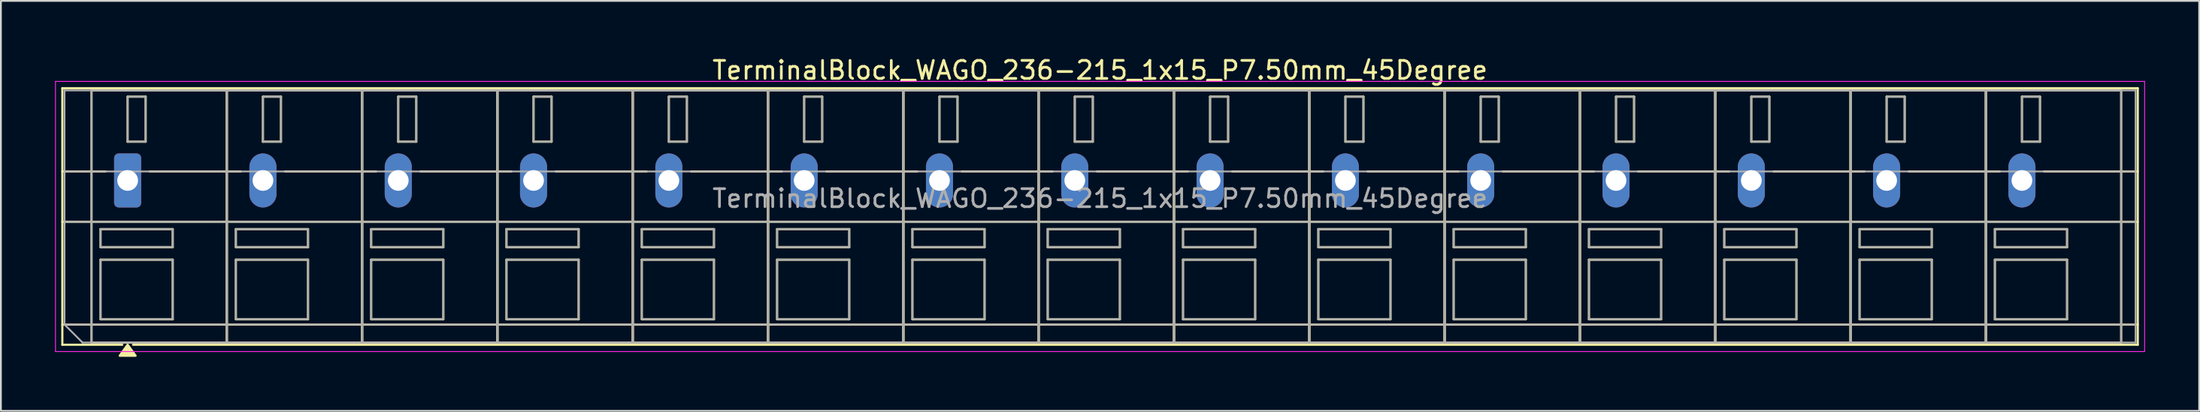
<source format=kicad_pcb>
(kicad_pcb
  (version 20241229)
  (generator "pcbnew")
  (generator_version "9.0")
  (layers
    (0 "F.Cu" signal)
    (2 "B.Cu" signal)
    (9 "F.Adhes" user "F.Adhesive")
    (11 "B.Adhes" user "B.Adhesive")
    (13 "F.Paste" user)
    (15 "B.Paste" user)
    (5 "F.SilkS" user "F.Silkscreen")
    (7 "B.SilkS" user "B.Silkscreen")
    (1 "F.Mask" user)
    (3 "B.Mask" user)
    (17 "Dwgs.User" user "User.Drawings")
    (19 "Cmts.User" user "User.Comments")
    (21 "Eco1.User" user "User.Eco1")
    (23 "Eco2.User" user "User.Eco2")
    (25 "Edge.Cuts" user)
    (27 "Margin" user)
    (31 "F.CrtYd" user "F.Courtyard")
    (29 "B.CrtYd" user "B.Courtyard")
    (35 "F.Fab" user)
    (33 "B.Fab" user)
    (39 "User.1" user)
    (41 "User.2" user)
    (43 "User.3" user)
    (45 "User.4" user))
  (footprint "TerminalBlock_WAGO_236-215_1x15_P7.50mm_45Degree"
    (layer "F.Cu")
    (at 4.025 6.968)
    (property "Reference" "TerminalBlock_WAGO_236-215_1x15_P7.50mm_45Degree" (at 53.9 -6.12 0) (layer "F.SilkS") (effects (font (size 1 1) (thickness 0.15))))
    (attr through_hole)
    (fp_line (start -3.62 -5.12) (end 111.42 -5.12) (stroke (width 0.12) (type solid)) (layer "F.SilkS"))
    (fp_line (start -3.62 -0.5) (end -1.23 -0.5) (stroke (width 0.12) (type solid)) (layer "F.SilkS"))
    (fp_line (start -3.62 2.3) (end 111.42 2.3) (stroke (width 0.12) (type solid)) (layer "F.SilkS"))
    (fp_line (start -3.62 8) (end 111.42 8) (stroke (width 0.12) (type solid)) (layer "F.SilkS"))
    (fp_line (start -3.62 9.12) (end -3.62 -5.12) (stroke (width 0.12) (type solid)) (layer "F.SilkS"))
    (fp_line (start -2 -5) (end 5.5 -5) (stroke (width 0.12) (type solid)) (layer "F.SilkS"))
    (fp_line (start -2 9) (end -2 -5) (stroke (width 0.12) (type solid)) (layer "F.SilkS"))
    (fp_line (start -1.5 2.7) (end 2.5 2.7) (stroke (width 0.12) (type solid)) (layer "F.SilkS"))
    (fp_line (start -1.5 3.7) (end -1.5 2.7) (stroke (width 0.12) (type solid)) (layer "F.SilkS"))
    (fp_line (start -1.5 4.4) (end 2.5 4.4) (stroke (width 0.12) (type solid)) (layer "F.SilkS"))
    (fp_line (start -1.5 7.7) (end -1.5 4.4) (stroke (width 0.12) (type solid)) (layer "F.SilkS"))
    (fp_line (start -0.3 9.12) (end -3.62 9.12) (stroke (width 0.12) (type solid)) (layer "F.SilkS"))
    (fp_line (start 0 -4.65) (end 1 -4.65) (stroke (width 0.12) (type solid)) (layer "F.SilkS"))
    (fp_line (start 0 -2.15) (end 0 -4.65) (stroke (width 0.12) (type solid)) (layer "F.SilkS"))
    (fp_line (start 1 -4.65) (end 1 -2.15) (stroke (width 0.12) (type solid)) (layer "F.SilkS"))
    (fp_line (start 1 -2.15) (end 0 -2.15) (stroke (width 0.12) (type solid)) (layer "F.SilkS"))
    (fp_line (start 1.23 -0.5) (end 6.27 -0.5) (stroke (width 0.12) (type solid)) (layer "F.SilkS"))
    (fp_line (start 2.5 2.7) (end 2.5 3.7) (stroke (width 0.12) (type solid)) (layer "F.SilkS"))
    (fp_line (start 2.5 3.7) (end -1.5 3.7) (stroke (width 0.12) (type solid)) (layer "F.SilkS"))
    (fp_line (start 2.5 4.4) (end 2.5 7.7) (stroke (width 0.12) (type solid)) (layer "F.SilkS"))
    (fp_line (start 2.5 7.7) (end -1.5 7.7) (stroke (width 0.12) (type solid)) (layer "F.SilkS"))
    (fp_line (start 5.5 -5) (end 5.5 9) (stroke (width 0.12) (type solid)) (layer "F.SilkS"))
    (fp_line (start 5.5 -5) (end 13 -5) (stroke (width 0.12) (type solid)) (layer "F.SilkS"))
    (fp_line (start 5.5 9) (end -2 9) (stroke (width 0.12) (type solid)) (layer "F.SilkS"))
    (fp_line (start 5.5 9) (end 5.5 -5) (stroke (width 0.12) (type solid)) (layer "F.SilkS"))
    (fp_line (start 6 2.7) (end 10 2.7) (stroke (width 0.12) (type solid)) (layer "F.SilkS"))
    (fp_line (start 6 3.7) (end 6 2.7) (stroke (width 0.12) (type solid)) (layer "F.SilkS"))
    (fp_line (start 6 4.4) (end 10 4.4) (stroke (width 0.12) (type solid)) (layer "F.SilkS"))
    (fp_line (start 6 7.7) (end 6 4.4) (stroke (width 0.12) (type solid)) (layer "F.SilkS"))
    (fp_line (start 7.5 -4.65) (end 8.5 -4.65) (stroke (width 0.12) (type solid)) (layer "F.SilkS"))
    (fp_line (start 7.5 -2.15) (end 7.5 -4.65) (stroke (width 0.12) (type solid)) (layer "F.SilkS"))
    (fp_line (start 8.5 -4.65) (end 8.5 -2.15) (stroke (width 0.12) (type solid)) (layer "F.SilkS"))
    (fp_line (start 8.5 -2.15) (end 7.5 -2.15) (stroke (width 0.12) (type solid)) (layer "F.SilkS"))
    (fp_line (start 8.73 -0.5) (end 13.77 -0.5) (stroke (width 0.12) (type solid)) (layer "F.SilkS"))
    (fp_line (start 10 2.7) (end 10 3.7) (stroke (width 0.12) (type solid)) (layer "F.SilkS"))
    (fp_line (start 10 3.7) (end 6 3.7) (stroke (width 0.12) (type solid)) (layer "F.SilkS"))
    (fp_line (start 10 4.4) (end 10 7.7) (stroke (width 0.12) (type solid)) (layer "F.SilkS"))
    (fp_line (start 10 7.7) (end 6 7.7) (stroke (width 0.12) (type solid)) (layer "F.SilkS"))
    (fp_line (start 13 -5) (end 13 9) (stroke (width 0.12) (type solid)) (layer "F.SilkS"))
    (fp_line (start 13 -5) (end 20.5 -5) (stroke (width 0.12) (type solid)) (layer "F.SilkS"))
    (fp_line (start 13 9) (end 5.5 9) (stroke (width 0.12) (type solid)) (layer "F.SilkS"))
    (fp_line (start 13 9) (end 13 -5) (stroke (width 0.12) (type solid)) (layer "F.SilkS"))
    (fp_line (start 13.5 2.7) (end 17.5 2.7) (stroke (width 0.12) (type solid)) (layer "F.SilkS"))
    (fp_line (start 13.5 3.7) (end 13.5 2.7) (stroke (width 0.12) (type solid)) (layer "F.SilkS"))
    (fp_line (start 13.5 4.4) (end 17.5 4.4) (stroke (width 0.12) (type solid)) (layer "F.SilkS"))
    (fp_line (start 13.5 7.7) (end 13.5 4.4) (stroke (width 0.12) (type solid)) (layer "F.SilkS"))
    (fp_line (start 15 -4.65) (end 16 -4.65) (stroke (width 0.12) (type solid)) (layer "F.SilkS"))
    (fp_line (start 15 -2.15) (end 15 -4.65) (stroke (width 0.12) (type solid)) (layer "F.SilkS"))
    (fp_line (start 16 -4.65) (end 16 -2.15) (stroke (width 0.12) (type solid)) (layer "F.SilkS"))
    (fp_line (start 16 -2.15) (end 15 -2.15) (stroke (width 0.12) (type solid)) (layer "F.SilkS"))
    (fp_line (start 16.23 -0.5) (end 21.27 -0.5) (stroke (width 0.12) (type solid)) (layer "F.SilkS"))
    (fp_line (start 17.5 2.7) (end 17.5 3.7) (stroke (width 0.12) (type solid)) (layer "F.SilkS"))
    (fp_line (start 17.5 3.7) (end 13.5 3.7) (stroke (width 0.12) (type solid)) (layer "F.SilkS"))
    (fp_line (start 17.5 4.4) (end 17.5 7.7) (stroke (width 0.12) (type solid)) (layer "F.SilkS"))
    (fp_line (start 17.5 7.7) (end 13.5 7.7) (stroke (width 0.12) (type solid)) (layer "F.SilkS"))
    (fp_line (start 20.5 -5) (end 20.5 9) (stroke (width 0.12) (type solid)) (layer "F.SilkS"))
    (fp_line (start 20.5 -5) (end 28 -5) (stroke (width 0.12) (type solid)) (layer "F.SilkS"))
    (fp_line (start 20.5 9) (end 13 9) (stroke (width 0.12) (type solid)) (layer "F.SilkS"))
    (fp_line (start 20.5 9) (end 20.5 -5) (stroke (width 0.12) (type solid)) (layer "F.SilkS"))
    (fp_line (start 21 2.7) (end 25 2.7) (stroke (width 0.12) (type solid)) (layer "F.SilkS"))
    (fp_line (start 21 3.7) (end 21 2.7) (stroke (width 0.12) (type solid)) (layer "F.SilkS"))
    (fp_line (start 21 4.4) (end 25 4.4) (stroke (width 0.12) (type solid)) (layer "F.SilkS"))
    (fp_line (start 21 7.7) (end 21 4.4) (stroke (width 0.12) (type solid)) (layer "F.SilkS"))
    (fp_line (start 22.5 -4.65) (end 23.5 -4.65) (stroke (width 0.12) (type solid)) (layer "F.SilkS"))
    (fp_line (start 22.5 -2.15) (end 22.5 -4.65) (stroke (width 0.12) (type solid)) (layer "F.SilkS"))
    (fp_line (start 23.5 -4.65) (end 23.5 -2.15) (stroke (width 0.12) (type solid)) (layer "F.SilkS"))
    (fp_line (start 23.5 -2.15) (end 22.5 -2.15) (stroke (width 0.12) (type solid)) (layer "F.SilkS"))
    (fp_line (start 23.73 -0.5) (end 28.77 -0.5) (stroke (width 0.12) (type solid)) (layer "F.SilkS"))
    (fp_line (start 25 2.7) (end 25 3.7) (stroke (width 0.12) (type solid)) (layer "F.SilkS"))
    (fp_line (start 25 3.7) (end 21 3.7) (stroke (width 0.12) (type solid)) (layer "F.SilkS"))
    (fp_line (start 25 4.4) (end 25 7.7) (stroke (width 0.12) (type solid)) (layer "F.SilkS"))
    (fp_line (start 25 7.7) (end 21 7.7) (stroke (width 0.12) (type solid)) (layer "F.SilkS"))
    (fp_line (start 28 -5) (end 28 9) (stroke (width 0.12) (type solid)) (layer "F.SilkS"))
    (fp_line (start 28 -5) (end 35.5 -5) (stroke (width 0.12) (type solid)) (layer "F.SilkS"))
    (fp_line (start 28 9) (end 20.5 9) (stroke (width 0.12) (type solid)) (layer "F.SilkS"))
    (fp_line (start 28 9) (end 28 -5) (stroke (width 0.12) (type solid)) (layer "F.SilkS"))
    (fp_line (start 28.5 2.7) (end 32.5 2.7) (stroke (width 0.12) (type solid)) (layer "F.SilkS"))
    (fp_line (start 28.5 3.7) (end 28.5 2.7) (stroke (width 0.12) (type solid)) (layer "F.SilkS"))
    (fp_line (start 28.5 4.4) (end 32.5 4.4) (stroke (width 0.12) (type solid)) (layer "F.SilkS"))
    (fp_line (start 28.5 7.7) (end 28.5 4.4) (stroke (width 0.12) (type solid)) (layer "F.SilkS"))
    (fp_line (start 30 -4.65) (end 31 -4.65) (stroke (width 0.12) (type solid)) (layer "F.SilkS"))
    (fp_line (start 30 -2.15) (end 30 -4.65) (stroke (width 0.12) (type solid)) (layer "F.SilkS"))
    (fp_line (start 31 -4.65) (end 31 -2.15) (stroke (width 0.12) (type solid)) (layer "F.SilkS"))
    (fp_line (start 31 -2.15) (end 30 -2.15) (stroke (width 0.12) (type solid)) (layer "F.SilkS"))
    (fp_line (start 31.23 -0.5) (end 36.27 -0.5) (stroke (width 0.12) (type solid)) (layer "F.SilkS"))
    (fp_line (start 32.5 2.7) (end 32.5 3.7) (stroke (width 0.12) (type solid)) (layer "F.SilkS"))
    (fp_line (start 32.5 3.7) (end 28.5 3.7) (stroke (width 0.12) (type solid)) (layer "F.SilkS"))
    (fp_line (start 32.5 4.4) (end 32.5 7.7) (stroke (width 0.12) (type solid)) (layer "F.SilkS"))
    (fp_line (start 32.5 7.7) (end 28.5 7.7) (stroke (width 0.12) (type solid)) (layer "F.SilkS"))
    (fp_line (start 35.5 -5) (end 35.5 9) (stroke (width 0.12) (type solid)) (layer "F.SilkS"))
    (fp_line (start 35.5 -5) (end 43 -5) (stroke (width 0.12) (type solid)) (layer "F.SilkS"))
    (fp_line (start 35.5 9) (end 28 9) (stroke (width 0.12) (type solid)) (layer "F.SilkS"))
    (fp_line (start 35.5 9) (end 35.5 -5) (stroke (width 0.12) (type solid)) (layer "F.SilkS"))
    (fp_line (start 36 2.7) (end 40 2.7) (stroke (width 0.12) (type solid)) (layer "F.SilkS"))
    (fp_line (start 36 3.7) (end 36 2.7) (stroke (width 0.12) (type solid)) (layer "F.SilkS"))
    (fp_line (start 36 4.4) (end 40 4.4) (stroke (width 0.12) (type solid)) (layer "F.SilkS"))
    (fp_line (start 36 7.7) (end 36 4.4) (stroke (width 0.12) (type solid)) (layer "F.SilkS"))
    (fp_line (start 37.5 -4.65) (end 38.5 -4.65) (stroke (width 0.12) (type solid)) (layer "F.SilkS"))
    (fp_line (start 37.5 -2.15) (end 37.5 -4.65) (stroke (width 0.12) (type solid)) (layer "F.SilkS"))
    (fp_line (start 38.5 -4.65) (end 38.5 -2.15) (stroke (width 0.12) (type solid)) (layer "F.SilkS"))
    (fp_line (start 38.5 -2.15) (end 37.5 -2.15) (stroke (width 0.12) (type solid)) (layer "F.SilkS"))
    (fp_line (start 38.73 -0.5) (end 43.77 -0.5) (stroke (width 0.12) (type solid)) (layer "F.SilkS"))
    (fp_line (start 40 2.7) (end 40 3.7) (stroke (width 0.12) (type solid)) (layer "F.SilkS"))
    (fp_line (start 40 3.7) (end 36 3.7) (stroke (width 0.12) (type solid)) (layer "F.SilkS"))
    (fp_line (start 40 4.4) (end 40 7.7) (stroke (width 0.12) (type solid)) (layer "F.SilkS"))
    (fp_line (start 40 7.7) (end 36 7.7) (stroke (width 0.12) (type solid)) (layer "F.SilkS"))
    (fp_line (start 43 -5) (end 43 9) (stroke (width 0.12) (type solid)) (layer "F.SilkS"))
    (fp_line (start 43 -5) (end 50.5 -5) (stroke (width 0.12) (type solid)) (layer "F.SilkS"))
    (fp_line (start 43 9) (end 35.5 9) (stroke (width 0.12) (type solid)) (layer "F.SilkS"))
    (fp_line (start 43 9) (end 43 -5) (stroke (width 0.12) (type solid)) (layer "F.SilkS"))
    (fp_line (start 43.5 2.7) (end 47.5 2.7) (stroke (width 0.12) (type solid)) (layer "F.SilkS"))
    (fp_line (start 43.5 3.7) (end 43.5 2.7) (stroke (width 0.12) (type solid)) (layer "F.SilkS"))
    (fp_line (start 43.5 4.4) (end 47.5 4.4) (stroke (width 0.12) (type solid)) (layer "F.SilkS"))
    (fp_line (start 43.5 7.7) (end 43.5 4.4) (stroke (width 0.12) (type solid)) (layer "F.SilkS"))
    (fp_line (start 45 -4.65) (end 46 -4.65) (stroke (width 0.12) (type solid)) (layer "F.SilkS"))
    (fp_line (start 45 -2.15) (end 45 -4.65) (stroke (width 0.12) (type solid)) (layer "F.SilkS"))
    (fp_line (start 46 -4.65) (end 46 -2.15) (stroke (width 0.12) (type solid)) (layer "F.SilkS"))
    (fp_line (start 46 -2.15) (end 45 -2.15) (stroke (width 0.12) (type solid)) (layer "F.SilkS"))
    (fp_line (start 46.23 -0.5) (end 51.27 -0.5) (stroke (width 0.12) (type solid)) (layer "F.SilkS"))
    (fp_line (start 47.5 2.7) (end 47.5 3.7) (stroke (width 0.12) (type solid)) (layer "F.SilkS"))
    (fp_line (start 47.5 3.7) (end 43.5 3.7) (stroke (width 0.12) (type solid)) (layer "F.SilkS"))
    (fp_line (start 47.5 4.4) (end 47.5 7.7) (stroke (width 0.12) (type solid)) (layer "F.SilkS"))
    (fp_line (start 47.5 7.7) (end 43.5 7.7) (stroke (width 0.12) (type solid)) (layer "F.SilkS"))
    (fp_line (start 50.5 -5) (end 50.5 9) (stroke (width 0.12) (type solid)) (layer "F.SilkS"))
    (fp_line (start 50.5 -5) (end 58 -5) (stroke (width 0.12) (type solid)) (layer "F.SilkS"))
    (fp_line (start 50.5 9) (end 43 9) (stroke (width 0.12) (type solid)) (layer "F.SilkS"))
    (fp_line (start 50.5 9) (end 50.5 -5) (stroke (width 0.12) (type solid)) (layer "F.SilkS"))
    (fp_line (start 51 2.7) (end 55 2.7) (stroke (width 0.12) (type solid)) (layer "F.SilkS"))
    (fp_line (start 51 3.7) (end 51 2.7) (stroke (width 0.12) (type solid)) (layer "F.SilkS"))
    (fp_line (start 51 4.4) (end 55 4.4) (stroke (width 0.12) (type solid)) (layer "F.SilkS"))
    (fp_line (start 51 7.7) (end 51 4.4) (stroke (width 0.12) (type solid)) (layer "F.SilkS"))
    (fp_line (start 52.5 -4.65) (end 53.5 -4.65) (stroke (width 0.12) (type solid)) (layer "F.SilkS"))
    (fp_line (start 52.5 -2.15) (end 52.5 -4.65) (stroke (width 0.12) (type solid)) (layer "F.SilkS"))
    (fp_line (start 53.5 -4.65) (end 53.5 -2.15) (stroke (width 0.12) (type solid)) (layer "F.SilkS"))
    (fp_line (start 53.5 -2.15) (end 52.5 -2.15) (stroke (width 0.12) (type solid)) (layer "F.SilkS"))
    (fp_line (start 53.73 -0.5) (end 58.77 -0.5) (stroke (width 0.12) (type solid)) (layer "F.SilkS"))
    (fp_line (start 55 2.7) (end 55 3.7) (stroke (width 0.12) (type solid)) (layer "F.SilkS"))
    (fp_line (start 55 3.7) (end 51 3.7) (stroke (width 0.12) (type solid)) (layer "F.SilkS"))
    (fp_line (start 55 4.4) (end 55 7.7) (stroke (width 0.12) (type solid)) (layer "F.SilkS"))
    (fp_line (start 55 7.7) (end 51 7.7) (stroke (width 0.12) (type solid)) (layer "F.SilkS"))
    (fp_line (start 58 -5) (end 58 9) (stroke (width 0.12) (type solid)) (layer "F.SilkS"))
    (fp_line (start 58 -5) (end 65.5 -5) (stroke (width 0.12) (type solid)) (layer "F.SilkS"))
    (fp_line (start 58 9) (end 50.5 9) (stroke (width 0.12) (type solid)) (layer "F.SilkS"))
    (fp_line (start 58 9) (end 58 -5) (stroke (width 0.12) (type solid)) (layer "F.SilkS"))
    (fp_line (start 58.5 2.7) (end 62.5 2.7) (stroke (width 0.12) (type solid)) (layer "F.SilkS"))
    (fp_line (start 58.5 3.7) (end 58.5 2.7) (stroke (width 0.12) (type solid)) (layer "F.SilkS"))
    (fp_line (start 58.5 4.4) (end 62.5 4.4) (stroke (width 0.12) (type solid)) (layer "F.SilkS"))
    (fp_line (start 58.5 7.7) (end 58.5 4.4) (stroke (width 0.12) (type solid)) (layer "F.SilkS"))
    (fp_line (start 60 -4.65) (end 61 -4.65) (stroke (width 0.12) (type solid)) (layer "F.SilkS"))
    (fp_line (start 60 -2.15) (end 60 -4.65) (stroke (width 0.12) (type solid)) (layer "F.SilkS"))
    (fp_line (start 61 -4.65) (end 61 -2.15) (stroke (width 0.12) (type solid)) (layer "F.SilkS"))
    (fp_line (start 61 -2.15) (end 60 -2.15) (stroke (width 0.12) (type solid)) (layer "F.SilkS"))
    (fp_line (start 61.23 -0.5) (end 66.27 -0.5) (stroke (width 0.12) (type solid)) (layer "F.SilkS"))
    (fp_line (start 62.5 2.7) (end 62.5 3.7) (stroke (width 0.12) (type solid)) (layer "F.SilkS"))
    (fp_line (start 62.5 3.7) (end 58.5 3.7) (stroke (width 0.12) (type solid)) (layer "F.SilkS"))
    (fp_line (start 62.5 4.4) (end 62.5 7.7) (stroke (width 0.12) (type solid)) (layer "F.SilkS"))
    (fp_line (start 62.5 7.7) (end 58.5 7.7) (stroke (width 0.12) (type solid)) (layer "F.SilkS"))
    (fp_line (start 65.5 -5) (end 65.5 9) (stroke (width 0.12) (type solid)) (layer "F.SilkS"))
    (fp_line (start 65.5 -5) (end 73 -5) (stroke (width 0.12) (type solid)) (layer "F.SilkS"))
    (fp_line (start 65.5 9) (end 58 9) (stroke (width 0.12) (type solid)) (layer "F.SilkS"))
    (fp_line (start 65.5 9) (end 65.5 -5) (stroke (width 0.12) (type solid)) (layer "F.SilkS"))
    (fp_line (start 66 2.7) (end 70 2.7) (stroke (width 0.12) (type solid)) (layer "F.SilkS"))
    (fp_line (start 66 3.7) (end 66 2.7) (stroke (width 0.12) (type solid)) (layer "F.SilkS"))
    (fp_line (start 66 4.4) (end 70 4.4) (stroke (width 0.12) (type solid)) (layer "F.SilkS"))
    (fp_line (start 66 7.7) (end 66 4.4) (stroke (width 0.12) (type solid)) (layer "F.SilkS"))
    (fp_line (start 67.5 -4.65) (end 68.5 -4.65) (stroke (width 0.12) (type solid)) (layer "F.SilkS"))
    (fp_line (start 67.5 -2.15) (end 67.5 -4.65) (stroke (width 0.12) (type solid)) (layer "F.SilkS"))
    (fp_line (start 68.5 -4.65) (end 68.5 -2.15) (stroke (width 0.12) (type solid)) (layer "F.SilkS"))
    (fp_line (start 68.5 -2.15) (end 67.5 -2.15) (stroke (width 0.12) (type solid)) (layer "F.SilkS"))
    (fp_line (start 68.73 -0.5) (end 73.77 -0.5) (stroke (width 0.12) (type solid)) (layer "F.SilkS"))
    (fp_line (start 70 2.7) (end 70 3.7) (stroke (width 0.12) (type solid)) (layer "F.SilkS"))
    (fp_line (start 70 3.7) (end 66 3.7) (stroke (width 0.12) (type solid)) (layer "F.SilkS"))
    (fp_line (start 70 4.4) (end 70 7.7) (stroke (width 0.12) (type solid)) (layer "F.SilkS"))
    (fp_line (start 70 7.7) (end 66 7.7) (stroke (width 0.12) (type solid)) (layer "F.SilkS"))
    (fp_line (start 73 -5) (end 73 9) (stroke (width 0.12) (type solid)) (layer "F.SilkS"))
    (fp_line (start 73 -5) (end 80.5 -5) (stroke (width 0.12) (type solid)) (layer "F.SilkS"))
    (fp_line (start 73 9) (end 65.5 9) (stroke (width 0.12) (type solid)) (layer "F.SilkS"))
    (fp_line (start 73 9) (end 73 -5) (stroke (width 0.12) (type solid)) (layer "F.SilkS"))
    (fp_line (start 73.5 2.7) (end 77.5 2.7) (stroke (width 0.12) (type solid)) (layer "F.SilkS"))
    (fp_line (start 73.5 3.7) (end 73.5 2.7) (stroke (width 0.12) (type solid)) (layer "F.SilkS"))
    (fp_line (start 73.5 4.4) (end 77.5 4.4) (stroke (width 0.12) (type solid)) (layer "F.SilkS"))
    (fp_line (start 73.5 7.7) (end 73.5 4.4) (stroke (width 0.12) (type solid)) (layer "F.SilkS"))
    (fp_line (start 75 -4.65) (end 76 -4.65) (stroke (width 0.12) (type solid)) (layer "F.SilkS"))
    (fp_line (start 75 -2.15) (end 75 -4.65) (stroke (width 0.12) (type solid)) (layer "F.SilkS"))
    (fp_line (start 76 -4.65) (end 76 -2.15) (stroke (width 0.12) (type solid)) (layer "F.SilkS"))
    (fp_line (start 76 -2.15) (end 75 -2.15) (stroke (width 0.12) (type solid)) (layer "F.SilkS"))
    (fp_line (start 76.23 -0.5) (end 81.27 -0.5) (stroke (width 0.12) (type solid)) (layer "F.SilkS"))
    (fp_line (start 77.5 2.7) (end 77.5 3.7) (stroke (width 0.12) (type solid)) (layer "F.SilkS"))
    (fp_line (start 77.5 3.7) (end 73.5 3.7) (stroke (width 0.12) (type solid)) (layer "F.SilkS"))
    (fp_line (start 77.5 4.4) (end 77.5 7.7) (stroke (width 0.12) (type solid)) (layer "F.SilkS"))
    (fp_line (start 77.5 7.7) (end 73.5 7.7) (stroke (width 0.12) (type solid)) (layer "F.SilkS"))
    (fp_line (start 80.5 -5) (end 80.5 9) (stroke (width 0.12) (type solid)) (layer "F.SilkS"))
    (fp_line (start 80.5 -5) (end 88 -5) (stroke (width 0.12) (type solid)) (layer "F.SilkS"))
    (fp_line (start 80.5 9) (end 73 9) (stroke (width 0.12) (type solid)) (layer "F.SilkS"))
    (fp_line (start 80.5 9) (end 80.5 -5) (stroke (width 0.12) (type solid)) (layer "F.SilkS"))
    (fp_line (start 81 2.7) (end 85 2.7) (stroke (width 0.12) (type solid)) (layer "F.SilkS"))
    (fp_line (start 81 3.7) (end 81 2.7) (stroke (width 0.12) (type solid)) (layer "F.SilkS"))
    (fp_line (start 81 4.4) (end 85 4.4) (stroke (width 0.12) (type solid)) (layer "F.SilkS"))
    (fp_line (start 81 7.7) (end 81 4.4) (stroke (width 0.12) (type solid)) (layer "F.SilkS"))
    (fp_line (start 82.5 -4.65) (end 83.5 -4.65) (stroke (width 0.12) (type solid)) (layer "F.SilkS"))
    (fp_line (start 82.5 -2.15) (end 82.5 -4.65) (stroke (width 0.12) (type solid)) (layer "F.SilkS"))
    (fp_line (start 83.5 -4.65) (end 83.5 -2.15) (stroke (width 0.12) (type solid)) (layer "F.SilkS"))
    (fp_line (start 83.5 -2.15) (end 82.5 -2.15) (stroke (width 0.12) (type solid)) (layer "F.SilkS"))
    (fp_line (start 83.73 -0.5) (end 88.77 -0.5) (stroke (width 0.12) (type solid)) (layer "F.SilkS"))
    (fp_line (start 85 2.7) (end 85 3.7) (stroke (width 0.12) (type solid)) (layer "F.SilkS"))
    (fp_line (start 85 3.7) (end 81 3.7) (stroke (width 0.12) (type solid)) (layer "F.SilkS"))
    (fp_line (start 85 4.4) (end 85 7.7) (stroke (width 0.12) (type solid)) (layer "F.SilkS"))
    (fp_line (start 85 7.7) (end 81 7.7) (stroke (width 0.12) (type solid)) (layer "F.SilkS"))
    (fp_line (start 88 -5) (end 88 9) (stroke (width 0.12) (type solid)) (layer "F.SilkS"))
    (fp_line (start 88 -5) (end 95.5 -5) (stroke (width 0.12) (type solid)) (layer "F.SilkS"))
    (fp_line (start 88 9) (end 80.5 9) (stroke (width 0.12) (type solid)) (layer "F.SilkS"))
    (fp_line (start 88 9) (end 88 -5) (stroke (width 0.12) (type solid)) (layer "F.SilkS"))
    (fp_line (start 88.5 2.7) (end 92.5 2.7) (stroke (width 0.12) (type solid)) (layer "F.SilkS"))
    (fp_line (start 88.5 3.7) (end 88.5 2.7) (stroke (width 0.12) (type solid)) (layer "F.SilkS"))
    (fp_line (start 88.5 4.4) (end 92.5 4.4) (stroke (width 0.12) (type solid)) (layer "F.SilkS"))
    (fp_line (start 88.5 7.7) (end 88.5 4.4) (stroke (width 0.12) (type solid)) (layer "F.SilkS"))
    (fp_line (start 90 -4.65) (end 91 -4.65) (stroke (width 0.12) (type solid)) (layer "F.SilkS"))
    (fp_line (start 90 -2.15) (end 90 -4.65) (stroke (width 0.12) (type solid)) (layer "F.SilkS"))
    (fp_line (start 91 -4.65) (end 91 -2.15) (stroke (width 0.12) (type solid)) (layer "F.SilkS"))
    (fp_line (start 91 -2.15) (end 90 -2.15) (stroke (width 0.12) (type solid)) (layer "F.SilkS"))
    (fp_line (start 91.23 -0.5) (end 96.27 -0.5) (stroke (width 0.12) (type solid)) (layer "F.SilkS"))
    (fp_line (start 92.5 2.7) (end 92.5 3.7) (stroke (width 0.12) (type solid)) (layer "F.SilkS"))
    (fp_line (start 92.5 3.7) (end 88.5 3.7) (stroke (width 0.12) (type solid)) (layer "F.SilkS"))
    (fp_line (start 92.5 4.4) (end 92.5 7.7) (stroke (width 0.12) (type solid)) (layer "F.SilkS"))
    (fp_line (start 92.5 7.7) (end 88.5 7.7) (stroke (width 0.12) (type solid)) (layer "F.SilkS"))
    (fp_line (start 95.5 -5) (end 95.5 9) (stroke (width 0.12) (type solid)) (layer "F.SilkS"))
    (fp_line (start 95.5 -5) (end 103 -5) (stroke (width 0.12) (type solid)) (layer "F.SilkS"))
    (fp_line (start 95.5 9) (end 88 9) (stroke (width 0.12) (type solid)) (layer "F.SilkS"))
    (fp_line (start 95.5 9) (end 95.5 -5) (stroke (width 0.12) (type solid)) (layer "F.SilkS"))
    (fp_line (start 96 2.7) (end 100 2.7) (stroke (width 0.12) (type solid)) (layer "F.SilkS"))
    (fp_line (start 96 3.7) (end 96 2.7) (stroke (width 0.12) (type solid)) (layer "F.SilkS"))
    (fp_line (start 96 4.4) (end 100 4.4) (stroke (width 0.12) (type solid)) (layer "F.SilkS"))
    (fp_line (start 96 7.7) (end 96 4.4) (stroke (width 0.12) (type solid)) (layer "F.SilkS"))
    (fp_line (start 97.5 -4.65) (end 98.5 -4.65) (stroke (width 0.12) (type solid)) (layer "F.SilkS"))
    (fp_line (start 97.5 -2.15) (end 97.5 -4.65) (stroke (width 0.12) (type solid)) (layer "F.SilkS"))
    (fp_line (start 98.5 -4.65) (end 98.5 -2.15) (stroke (width 0.12) (type solid)) (layer "F.SilkS"))
    (fp_line (start 98.5 -2.15) (end 97.5 -2.15) (stroke (width 0.12) (type solid)) (layer "F.SilkS"))
    (fp_line (start 98.73 -0.5) (end 103.77 -0.5) (stroke (width 0.12) (type solid)) (layer "F.SilkS"))
    (fp_line (start 100 2.7) (end 100 3.7) (stroke (width 0.12) (type solid)) (layer "F.SilkS"))
    (fp_line (start 100 3.7) (end 96 3.7) (stroke (width 0.12) (type solid)) (layer "F.SilkS"))
    (fp_line (start 100 4.4) (end 100 7.7) (stroke (width 0.12) (type solid)) (layer "F.SilkS"))
    (fp_line (start 100 7.7) (end 96 7.7) (stroke (width 0.12) (type solid)) (layer "F.SilkS"))
    (fp_line (start 103 -5) (end 103 9) (stroke (width 0.12) (type solid)) (layer "F.SilkS"))
    (fp_line (start 103 -5) (end 110.5 -5) (stroke (width 0.12) (type solid)) (layer "F.SilkS"))
    (fp_line (start 103 9) (end 95.5 9) (stroke (width 0.12) (type solid)) (layer "F.SilkS"))
    (fp_line (start 103 9) (end 103 -5) (stroke (width 0.12) (type solid)) (layer "F.SilkS"))
    (fp_line (start 103.5 2.7) (end 107.5 2.7) (stroke (width 0.12) (type solid)) (layer "F.SilkS"))
    (fp_line (start 103.5 3.7) (end 103.5 2.7) (stroke (width 0.12) (type solid)) (layer "F.SilkS"))
    (fp_line (start 103.5 4.4) (end 107.5 4.4) (stroke (width 0.12) (type solid)) (layer "F.SilkS"))
    (fp_line (start 103.5 7.7) (end 103.5 4.4) (stroke (width 0.12) (type solid)) (layer "F.SilkS"))
    (fp_line (start 105 -4.65) (end 106 -4.65) (stroke (width 0.12) (type solid)) (layer "F.SilkS"))
    (fp_line (start 105 -2.15) (end 105 -4.65) (stroke (width 0.12) (type solid)) (layer "F.SilkS"))
    (fp_line (start 106 -4.65) (end 106 -2.15) (stroke (width 0.12) (type solid)) (layer "F.SilkS"))
    (fp_line (start 106 -2.15) (end 105 -2.15) (stroke (width 0.12) (type solid)) (layer "F.SilkS"))
    (fp_line (start 106.23 -0.5) (end 111.42 -0.5) (stroke (width 0.12) (type solid)) (layer "F.SilkS"))
    (fp_line (start 107.5 2.7) (end 107.5 3.7) (stroke (width 0.12) (type solid)) (layer "F.SilkS"))
    (fp_line (start 107.5 3.7) (end 103.5 3.7) (stroke (width 0.12) (type solid)) (layer "F.SilkS"))
    (fp_line (start 107.5 4.4) (end 107.5 7.7) (stroke (width 0.12) (type solid)) (layer "F.SilkS"))
    (fp_line (start 107.5 7.7) (end 103.5 7.7) (stroke (width 0.12) (type solid)) (layer "F.SilkS"))
    (fp_line (start 110.5 -5) (end 110.5 9) (stroke (width 0.12) (type solid)) (layer "F.SilkS"))
    (fp_line (start 110.5 9) (end 103 9) (stroke (width 0.12) (type solid)) (layer "F.SilkS"))
    (fp_line (start 111.42 -5.12) (end 111.42 9.12) (stroke (width 0.12) (type solid)) (layer "F.SilkS"))
    (fp_line (start 111.42 9.12) (end 0.3 9.12) (stroke (width 0.12) (type solid)) (layer "F.SilkS"))
    (fp_poly (pts (xy 0 9.12) (xy 0.44 9.73) (xy -0.44 9.73)) (stroke (width 0.12) (type solid)) (fill yes) (layer "F.SilkS"))
    (fp_line (start -4 -5.5) (end -4 9.5) (stroke (width 0.05) (type solid)) (layer "F.CrtYd"))
    (fp_line (start -4 9.5) (end 111.8 9.5) (stroke (width 0.05) (type solid)) (layer "F.CrtYd"))
    (fp_line (start 111.8 -5.5) (end -4 -5.5) (stroke (width 0.05) (type solid)) (layer "F.CrtYd"))
    (fp_line (start 111.8 9.5) (end 111.8 -5.5) (stroke (width 0.05) (type solid)) (layer "F.CrtYd"))
    (fp_line (start -3.5 -5) (end 111.3 -5) (stroke (width 0.1) (type solid)) (layer "F.Fab"))
    (fp_line (start -3.5 -0.5) (end 111.3 -0.5) (stroke (width 0.1) (type solid)) (layer "F.Fab"))
    (fp_line (start -3.5 2.3) (end 111.3 2.3) (stroke (width 0.1) (type solid)) (layer "F.Fab"))
    (fp_line (start -3.5 8) (end -3.5 -5) (stroke (width 0.1) (type solid)) (layer "F.Fab"))
    (fp_line (start -3.5 8) (end 111.3 8) (stroke (width 0.1) (type solid)) (layer "F.Fab"))
    (fp_line (start -2.5 9) (end -3.5 8) (stroke (width 0.1) (type solid)) (layer "F.Fab"))
    (fp_line (start -2 -5) (end -2 9) (stroke (width 0.1) (type solid)) (layer "F.Fab"))
    (fp_line (start -2 9) (end 5.5 9) (stroke (width 0.1) (type solid)) (layer "F.Fab"))
    (fp_line (start -1.5 2.7) (end -1.5 3.7) (stroke (width 0.1) (type solid)) (layer "F.Fab"))
    (fp_line (start -1.5 3.7) (end 2.5 3.7) (stroke (width 0.1) (type solid)) (layer "F.Fab"))
    (fp_line (start -1.5 4.4) (end -1.5 7.7) (stroke (width 0.1) (type solid)) (layer "F.Fab"))
    (fp_line (start -1.5 7.7) (end 2.5 7.7) (stroke (width 0.1) (type solid)) (layer "F.Fab"))
    (fp_line (start 0 -4.65) (end 0 -2.15) (stroke (width 0.1) (type solid)) (layer "F.Fab"))
    (fp_line (start 0 -2.15) (end 1 -2.15) (stroke (width 0.1) (type solid)) (layer "F.Fab"))
    (fp_line (start 1 -4.65) (end 0 -4.65) (stroke (width 0.1) (type solid)) (layer "F.Fab"))
    (fp_line (start 1 -2.15) (end 1 -4.65) (stroke (width 0.1) (type solid)) (layer "F.Fab"))
    (fp_line (start 2.5 2.7) (end -1.5 2.7) (stroke (width 0.1) (type solid)) (layer "F.Fab"))
    (fp_line (start 2.5 3.7) (end 2.5 2.7) (stroke (width 0.1) (type solid)) (layer "F.Fab"))
    (fp_line (start 2.5 4.4) (end -1.5 4.4) (stroke (width 0.1) (type solid)) (layer "F.Fab"))
    (fp_line (start 2.5 7.7) (end 2.5 4.4) (stroke (width 0.1) (type solid)) (layer "F.Fab"))
    (fp_line (start 5.5 -5) (end -2 -5) (stroke (width 0.1) (type solid)) (layer "F.Fab"))
    (fp_line (start 5.5 -5) (end 5.5 9) (stroke (width 0.1) (type solid)) (layer "F.Fab"))
    (fp_line (start 5.5 9) (end 5.5 -5) (stroke (width 0.1) (type solid)) (layer "F.Fab"))
    (fp_line (start 5.5 9) (end 13 9) (stroke (width 0.1) (type solid)) (layer "F.Fab"))
    (fp_line (start 6 2.7) (end 6 3.7) (stroke (width 0.1) (type solid)) (layer "F.Fab"))
    (fp_line (start 6 3.7) (end 10 3.7) (stroke (width 0.1) (type solid)) (layer "F.Fab"))
    (fp_line (start 6 4.4) (end 6 7.7) (stroke (width 0.1) (type solid)) (layer "F.Fab"))
    (fp_line (start 6 7.7) (end 10 7.7) (stroke (width 0.1) (type solid)) (layer "F.Fab"))
    (fp_line (start 7.5 -4.65) (end 7.5 -2.15) (stroke (width 0.1) (type solid)) (layer "F.Fab"))
    (fp_line (start 7.5 -2.15) (end 8.5 -2.15) (stroke (width 0.1) (type solid)) (layer "F.Fab"))
    (fp_line (start 8.5 -4.65) (end 7.5 -4.65) (stroke (width 0.1) (type solid)) (layer "F.Fab"))
    (fp_line (start 8.5 -2.15) (end 8.5 -4.65) (stroke (width 0.1) (type solid)) (layer "F.Fab"))
    (fp_line (start 10 2.7) (end 6 2.7) (stroke (width 0.1) (type solid)) (layer "F.Fab"))
    (fp_line (start 10 3.7) (end 10 2.7) (stroke (width 0.1) (type solid)) (layer "F.Fab"))
    (fp_line (start 10 4.4) (end 6 4.4) (stroke (width 0.1) (type solid)) (layer "F.Fab"))
    (fp_line (start 10 7.7) (end 10 4.4) (stroke (width 0.1) (type solid)) (layer "F.Fab"))
    (fp_line (start 13 -5) (end 5.5 -5) (stroke (width 0.1) (type solid)) (layer "F.Fab"))
    (fp_line (start 13 -5) (end 13 9) (stroke (width 0.1) (type solid)) (layer "F.Fab"))
    (fp_line (start 13 9) (end 13 -5) (stroke (width 0.1) (type solid)) (layer "F.Fab"))
    (fp_line (start 13 9) (end 20.5 9) (stroke (width 0.1) (type solid)) (layer "F.Fab"))
    (fp_line (start 13.5 2.7) (end 13.5 3.7) (stroke (width 0.1) (type solid)) (layer "F.Fab"))
    (fp_line (start 13.5 3.7) (end 17.5 3.7) (stroke (width 0.1) (type solid)) (layer "F.Fab"))
    (fp_line (start 13.5 4.4) (end 13.5 7.7) (stroke (width 0.1) (type solid)) (layer "F.Fab"))
    (fp_line (start 13.5 7.7) (end 17.5 7.7) (stroke (width 0.1) (type solid)) (layer "F.Fab"))
    (fp_line (start 15 -4.65) (end 15 -2.15) (stroke (width 0.1) (type solid)) (layer "F.Fab"))
    (fp_line (start 15 -2.15) (end 16 -2.15) (stroke (width 0.1) (type solid)) (layer "F.Fab"))
    (fp_line (start 16 -4.65) (end 15 -4.65) (stroke (width 0.1) (type solid)) (layer "F.Fab"))
    (fp_line (start 16 -2.15) (end 16 -4.65) (stroke (width 0.1) (type solid)) (layer "F.Fab"))
    (fp_line (start 17.5 2.7) (end 13.5 2.7) (stroke (width 0.1) (type solid)) (layer "F.Fab"))
    (fp_line (start 17.5 3.7) (end 17.5 2.7) (stroke (width 0.1) (type solid)) (layer "F.Fab"))
    (fp_line (start 17.5 4.4) (end 13.5 4.4) (stroke (width 0.1) (type solid)) (layer "F.Fab"))
    (fp_line (start 17.5 7.7) (end 17.5 4.4) (stroke (width 0.1) (type solid)) (layer "F.Fab"))
    (fp_line (start 20.5 -5) (end 13 -5) (stroke (width 0.1) (type solid)) (layer "F.Fab"))
    (fp_line (start 20.5 -5) (end 20.5 9) (stroke (width 0.1) (type solid)) (layer "F.Fab"))
    (fp_line (start 20.5 9) (end 20.5 -5) (stroke (width 0.1) (type solid)) (layer "F.Fab"))
    (fp_line (start 20.5 9) (end 28 9) (stroke (width 0.1) (type solid)) (layer "F.Fab"))
    (fp_line (start 21 2.7) (end 21 3.7) (stroke (width 0.1) (type solid)) (layer "F.Fab"))
    (fp_line (start 21 3.7) (end 25 3.7) (stroke (width 0.1) (type solid)) (layer "F.Fab"))
    (fp_line (start 21 4.4) (end 21 7.7) (stroke (width 0.1) (type solid)) (layer "F.Fab"))
    (fp_line (start 21 7.7) (end 25 7.7) (stroke (width 0.1) (type solid)) (layer "F.Fab"))
    (fp_line (start 22.5 -4.65) (end 22.5 -2.15) (stroke (width 0.1) (type solid)) (layer "F.Fab"))
    (fp_line (start 22.5 -2.15) (end 23.5 -2.15) (stroke (width 0.1) (type solid)) (layer "F.Fab"))
    (fp_line (start 23.5 -4.65) (end 22.5 -4.65) (stroke (width 0.1) (type solid)) (layer "F.Fab"))
    (fp_line (start 23.5 -2.15) (end 23.5 -4.65) (stroke (width 0.1) (type solid)) (layer "F.Fab"))
    (fp_line (start 25 2.7) (end 21 2.7) (stroke (width 0.1) (type solid)) (layer "F.Fab"))
    (fp_line (start 25 3.7) (end 25 2.7) (stroke (width 0.1) (type solid)) (layer "F.Fab"))
    (fp_line (start 25 4.4) (end 21 4.4) (stroke (width 0.1) (type solid)) (layer "F.Fab"))
    (fp_line (start 25 7.7) (end 25 4.4) (stroke (width 0.1) (type solid)) (layer "F.Fab"))
    (fp_line (start 28 -5) (end 20.5 -5) (stroke (width 0.1) (type solid)) (layer "F.Fab"))
    (fp_line (start 28 -5) (end 28 9) (stroke (width 0.1) (type solid)) (layer "F.Fab"))
    (fp_line (start 28 9) (end 28 -5) (stroke (width 0.1) (type solid)) (layer "F.Fab"))
    (fp_line (start 28 9) (end 35.5 9) (stroke (width 0.1) (type solid)) (layer "F.Fab"))
    (fp_line (start 28.5 2.7) (end 28.5 3.7) (stroke (width 0.1) (type solid)) (layer "F.Fab"))
    (fp_line (start 28.5 3.7) (end 32.5 3.7) (stroke (width 0.1) (type solid)) (layer "F.Fab"))
    (fp_line (start 28.5 4.4) (end 28.5 7.7) (stroke (width 0.1) (type solid)) (layer "F.Fab"))
    (fp_line (start 28.5 7.7) (end 32.5 7.7) (stroke (width 0.1) (type solid)) (layer "F.Fab"))
    (fp_line (start 30 -4.65) (end 30 -2.15) (stroke (width 0.1) (type solid)) (layer "F.Fab"))
    (fp_line (start 30 -2.15) (end 31 -2.15) (stroke (width 0.1) (type solid)) (layer "F.Fab"))
    (fp_line (start 31 -4.65) (end 30 -4.65) (stroke (width 0.1) (type solid)) (layer "F.Fab"))
    (fp_line (start 31 -2.15) (end 31 -4.65) (stroke (width 0.1) (type solid)) (layer "F.Fab"))
    (fp_line (start 32.5 2.7) (end 28.5 2.7) (stroke (width 0.1) (type solid)) (layer "F.Fab"))
    (fp_line (start 32.5 3.7) (end 32.5 2.7) (stroke (width 0.1) (type solid)) (layer "F.Fab"))
    (fp_line (start 32.5 4.4) (end 28.5 4.4) (stroke (width 0.1) (type solid)) (layer "F.Fab"))
    (fp_line (start 32.5 7.7) (end 32.5 4.4) (stroke (width 0.1) (type solid)) (layer "F.Fab"))
    (fp_line (start 35.5 -5) (end 28 -5) (stroke (width 0.1) (type solid)) (layer "F.Fab"))
    (fp_line (start 35.5 -5) (end 35.5 9) (stroke (width 0.1) (type solid)) (layer "F.Fab"))
    (fp_line (start 35.5 9) (end 35.5 -5) (stroke (width 0.1) (type solid)) (layer "F.Fab"))
    (fp_line (start 35.5 9) (end 43 9) (stroke (width 0.1) (type solid)) (layer "F.Fab"))
    (fp_line (start 36 2.7) (end 36 3.7) (stroke (width 0.1) (type solid)) (layer "F.Fab"))
    (fp_line (start 36 3.7) (end 40 3.7) (stroke (width 0.1) (type solid)) (layer "F.Fab"))
    (fp_line (start 36 4.4) (end 36 7.7) (stroke (width 0.1) (type solid)) (layer "F.Fab"))
    (fp_line (start 36 7.7) (end 40 7.7) (stroke (width 0.1) (type solid)) (layer "F.Fab"))
    (fp_line (start 37.5 -4.65) (end 37.5 -2.15) (stroke (width 0.1) (type solid)) (layer "F.Fab"))
    (fp_line (start 37.5 -2.15) (end 38.5 -2.15) (stroke (width 0.1) (type solid)) (layer "F.Fab"))
    (fp_line (start 38.5 -4.65) (end 37.5 -4.65) (stroke (width 0.1) (type solid)) (layer "F.Fab"))
    (fp_line (start 38.5 -2.15) (end 38.5 -4.65) (stroke (width 0.1) (type solid)) (layer "F.Fab"))
    (fp_line (start 40 2.7) (end 36 2.7) (stroke (width 0.1) (type solid)) (layer "F.Fab"))
    (fp_line (start 40 3.7) (end 40 2.7) (stroke (width 0.1) (type solid)) (layer "F.Fab"))
    (fp_line (start 40 4.4) (end 36 4.4) (stroke (width 0.1) (type solid)) (layer "F.Fab"))
    (fp_line (start 40 7.7) (end 40 4.4) (stroke (width 0.1) (type solid)) (layer "F.Fab"))
    (fp_line (start 43 -5) (end 35.5 -5) (stroke (width 0.1) (type solid)) (layer "F.Fab"))
    (fp_line (start 43 -5) (end 43 9) (stroke (width 0.1) (type solid)) (layer "F.Fab"))
    (fp_line (start 43 9) (end 43 -5) (stroke (width 0.1) (type solid)) (layer "F.Fab"))
    (fp_line (start 43 9) (end 50.5 9) (stroke (width 0.1) (type solid)) (layer "F.Fab"))
    (fp_line (start 43.5 2.7) (end 43.5 3.7) (stroke (width 0.1) (type solid)) (layer "F.Fab"))
    (fp_line (start 43.5 3.7) (end 47.5 3.7) (stroke (width 0.1) (type solid)) (layer "F.Fab"))
    (fp_line (start 43.5 4.4) (end 43.5 7.7) (stroke (width 0.1) (type solid)) (layer "F.Fab"))
    (fp_line (start 43.5 7.7) (end 47.5 7.7) (stroke (width 0.1) (type solid)) (layer "F.Fab"))
    (fp_line (start 45 -4.65) (end 45 -2.15) (stroke (width 0.1) (type solid)) (layer "F.Fab"))
    (fp_line (start 45 -2.15) (end 46 -2.15) (stroke (width 0.1) (type solid)) (layer "F.Fab"))
    (fp_line (start 46 -4.65) (end 45 -4.65) (stroke (width 0.1) (type solid)) (layer "F.Fab"))
    (fp_line (start 46 -2.15) (end 46 -4.65) (stroke (width 0.1) (type solid)) (layer "F.Fab"))
    (fp_line (start 47.5 2.7) (end 43.5 2.7) (stroke (width 0.1) (type solid)) (layer "F.Fab"))
    (fp_line (start 47.5 3.7) (end 47.5 2.7) (stroke (width 0.1) (type solid)) (layer "F.Fab"))
    (fp_line (start 47.5 4.4) (end 43.5 4.4) (stroke (width 0.1) (type solid)) (layer "F.Fab"))
    (fp_line (start 47.5 7.7) (end 47.5 4.4) (stroke (width 0.1) (type solid)) (layer "F.Fab"))
    (fp_line (start 50.5 -5) (end 43 -5) (stroke (width 0.1) (type solid)) (layer "F.Fab"))
    (fp_line (start 50.5 -5) (end 50.5 9) (stroke (width 0.1) (type solid)) (layer "F.Fab"))
    (fp_line (start 50.5 9) (end 50.5 -5) (stroke (width 0.1) (type solid)) (layer "F.Fab"))
    (fp_line (start 50.5 9) (end 58 9) (stroke (width 0.1) (type solid)) (layer "F.Fab"))
    (fp_line (start 51 2.7) (end 51 3.7) (stroke (width 0.1) (type solid)) (layer "F.Fab"))
    (fp_line (start 51 3.7) (end 55 3.7) (stroke (width 0.1) (type solid)) (layer "F.Fab"))
    (fp_line (start 51 4.4) (end 51 7.7) (stroke (width 0.1) (type solid)) (layer "F.Fab"))
    (fp_line (start 51 7.7) (end 55 7.7) (stroke (width 0.1) (type solid)) (layer "F.Fab"))
    (fp_line (start 52.5 -4.65) (end 52.5 -2.15) (stroke (width 0.1) (type solid)) (layer "F.Fab"))
    (fp_line (start 52.5 -2.15) (end 53.5 -2.15) (stroke (width 0.1) (type solid)) (layer "F.Fab"))
    (fp_line (start 53.5 -4.65) (end 52.5 -4.65) (stroke (width 0.1) (type solid)) (layer "F.Fab"))
    (fp_line (start 53.5 -2.15) (end 53.5 -4.65) (stroke (width 0.1) (type solid)) (layer "F.Fab"))
    (fp_line (start 55 2.7) (end 51 2.7) (stroke (width 0.1) (type solid)) (layer "F.Fab"))
    (fp_line (start 55 3.7) (end 55 2.7) (stroke (width 0.1) (type solid)) (layer "F.Fab"))
    (fp_line (start 55 4.4) (end 51 4.4) (stroke (width 0.1) (type solid)) (layer "F.Fab"))
    (fp_line (start 55 7.7) (end 55 4.4) (stroke (width 0.1) (type solid)) (layer "F.Fab"))
    (fp_line (start 58 -5) (end 50.5 -5) (stroke (width 0.1) (type solid)) (layer "F.Fab"))
    (fp_line (start 58 -5) (end 58 9) (stroke (width 0.1) (type solid)) (layer "F.Fab"))
    (fp_line (start 58 9) (end 58 -5) (stroke (width 0.1) (type solid)) (layer "F.Fab"))
    (fp_line (start 58 9) (end 65.5 9) (stroke (width 0.1) (type solid)) (layer "F.Fab"))
    (fp_line (start 58.5 2.7) (end 58.5 3.7) (stroke (width 0.1) (type solid)) (layer "F.Fab"))
    (fp_line (start 58.5 3.7) (end 62.5 3.7) (stroke (width 0.1) (type solid)) (layer "F.Fab"))
    (fp_line (start 58.5 4.4) (end 58.5 7.7) (stroke (width 0.1) (type solid)) (layer "F.Fab"))
    (fp_line (start 58.5 7.7) (end 62.5 7.7) (stroke (width 0.1) (type solid)) (layer "F.Fab"))
    (fp_line (start 60 -4.65) (end 60 -2.15) (stroke (width 0.1) (type solid)) (layer "F.Fab"))
    (fp_line (start 60 -2.15) (end 61 -2.15) (stroke (width 0.1) (type solid)) (layer "F.Fab"))
    (fp_line (start 61 -4.65) (end 60 -4.65) (stroke (width 0.1) (type solid)) (layer "F.Fab"))
    (fp_line (start 61 -2.15) (end 61 -4.65) (stroke (width 0.1) (type solid)) (layer "F.Fab"))
    (fp_line (start 62.5 2.7) (end 58.5 2.7) (stroke (width 0.1) (type solid)) (layer "F.Fab"))
    (fp_line (start 62.5 3.7) (end 62.5 2.7) (stroke (width 0.1) (type solid)) (layer "F.Fab"))
    (fp_line (start 62.5 4.4) (end 58.5 4.4) (stroke (width 0.1) (type solid)) (layer "F.Fab"))
    (fp_line (start 62.5 7.7) (end 62.5 4.4) (stroke (width 0.1) (type solid)) (layer "F.Fab"))
    (fp_line (start 65.5 -5) (end 58 -5) (stroke (width 0.1) (type solid)) (layer "F.Fab"))
    (fp_line (start 65.5 -5) (end 65.5 9) (stroke (width 0.1) (type solid)) (layer "F.Fab"))
    (fp_line (start 65.5 9) (end 65.5 -5) (stroke (width 0.1) (type solid)) (layer "F.Fab"))
    (fp_line (start 65.5 9) (end 73 9) (stroke (width 0.1) (type solid)) (layer "F.Fab"))
    (fp_line (start 66 2.7) (end 66 3.7) (stroke (width 0.1) (type solid)) (layer "F.Fab"))
    (fp_line (start 66 3.7) (end 70 3.7) (stroke (width 0.1) (type solid)) (layer "F.Fab"))
    (fp_line (start 66 4.4) (end 66 7.7) (stroke (width 0.1) (type solid)) (layer "F.Fab"))
    (fp_line (start 66 7.7) (end 70 7.7) (stroke (width 0.1) (type solid)) (layer "F.Fab"))
    (fp_line (start 67.5 -4.65) (end 67.5 -2.15) (stroke (width 0.1) (type solid)) (layer "F.Fab"))
    (fp_line (start 67.5 -2.15) (end 68.5 -2.15) (stroke (width 0.1) (type solid)) (layer "F.Fab"))
    (fp_line (start 68.5 -4.65) (end 67.5 -4.65) (stroke (width 0.1) (type solid)) (layer "F.Fab"))
    (fp_line (start 68.5 -2.15) (end 68.5 -4.65) (stroke (width 0.1) (type solid)) (layer "F.Fab"))
    (fp_line (start 70 2.7) (end 66 2.7) (stroke (width 0.1) (type solid)) (layer "F.Fab"))
    (fp_line (start 70 3.7) (end 70 2.7) (stroke (width 0.1) (type solid)) (layer "F.Fab"))
    (fp_line (start 70 4.4) (end 66 4.4) (stroke (width 0.1) (type solid)) (layer "F.Fab"))
    (fp_line (start 70 7.7) (end 70 4.4) (stroke (width 0.1) (type solid)) (layer "F.Fab"))
    (fp_line (start 73 -5) (end 65.5 -5) (stroke (width 0.1) (type solid)) (layer "F.Fab"))
    (fp_line (start 73 -5) (end 73 9) (stroke (width 0.1) (type solid)) (layer "F.Fab"))
    (fp_line (start 73 9) (end 73 -5) (stroke (width 0.1) (type solid)) (layer "F.Fab"))
    (fp_line (start 73 9) (end 80.5 9) (stroke (width 0.1) (type solid)) (layer "F.Fab"))
    (fp_line (start 73.5 2.7) (end 73.5 3.7) (stroke (width 0.1) (type solid)) (layer "F.Fab"))
    (fp_line (start 73.5 3.7) (end 77.5 3.7) (stroke (width 0.1) (type solid)) (layer "F.Fab"))
    (fp_line (start 73.5 4.4) (end 73.5 7.7) (stroke (width 0.1) (type solid)) (layer "F.Fab"))
    (fp_line (start 73.5 7.7) (end 77.5 7.7) (stroke (width 0.1) (type solid)) (layer "F.Fab"))
    (fp_line (start 75 -4.65) (end 75 -2.15) (stroke (width 0.1) (type solid)) (layer "F.Fab"))
    (fp_line (start 75 -2.15) (end 76 -2.15) (stroke (width 0.1) (type solid)) (layer "F.Fab"))
    (fp_line (start 76 -4.65) (end 75 -4.65) (stroke (width 0.1) (type solid)) (layer "F.Fab"))
    (fp_line (start 76 -2.15) (end 76 -4.65) (stroke (width 0.1) (type solid)) (layer "F.Fab"))
    (fp_line (start 77.5 2.7) (end 73.5 2.7) (stroke (width 0.1) (type solid)) (layer "F.Fab"))
    (fp_line (start 77.5 3.7) (end 77.5 2.7) (stroke (width 0.1) (type solid)) (layer "F.Fab"))
    (fp_line (start 77.5 4.4) (end 73.5 4.4) (stroke (width 0.1) (type solid)) (layer "F.Fab"))
    (fp_line (start 77.5 7.7) (end 77.5 4.4) (stroke (width 0.1) (type solid)) (layer "F.Fab"))
    (fp_line (start 80.5 -5) (end 73 -5) (stroke (width 0.1) (type solid)) (layer "F.Fab"))
    (fp_line (start 80.5 -5) (end 80.5 9) (stroke (width 0.1) (type solid)) (layer "F.Fab"))
    (fp_line (start 80.5 9) (end 80.5 -5) (stroke (width 0.1) (type solid)) (layer "F.Fab"))
    (fp_line (start 80.5 9) (end 88 9) (stroke (width 0.1) (type solid)) (layer "F.Fab"))
    (fp_line (start 81 2.7) (end 81 3.7) (stroke (width 0.1) (type solid)) (layer "F.Fab"))
    (fp_line (start 81 3.7) (end 85 3.7) (stroke (width 0.1) (type solid)) (layer "F.Fab"))
    (fp_line (start 81 4.4) (end 81 7.7) (stroke (width 0.1) (type solid)) (layer "F.Fab"))
    (fp_line (start 81 7.7) (end 85 7.7) (stroke (width 0.1) (type solid)) (layer "F.Fab"))
    (fp_line (start 82.5 -4.65) (end 82.5 -2.15) (stroke (width 0.1) (type solid)) (layer "F.Fab"))
    (fp_line (start 82.5 -2.15) (end 83.5 -2.15) (stroke (width 0.1) (type solid)) (layer "F.Fab"))
    (fp_line (start 83.5 -4.65) (end 82.5 -4.65) (stroke (width 0.1) (type solid)) (layer "F.Fab"))
    (fp_line (start 83.5 -2.15) (end 83.5 -4.65) (stroke (width 0.1) (type solid)) (layer "F.Fab"))
    (fp_line (start 85 2.7) (end 81 2.7) (stroke (width 0.1) (type solid)) (layer "F.Fab"))
    (fp_line (start 85 3.7) (end 85 2.7) (stroke (width 0.1) (type solid)) (layer "F.Fab"))
    (fp_line (start 85 4.4) (end 81 4.4) (stroke (width 0.1) (type solid)) (layer "F.Fab"))
    (fp_line (start 85 7.7) (end 85 4.4) (stroke (width 0.1) (type solid)) (layer "F.Fab"))
    (fp_line (start 88 -5) (end 80.5 -5) (stroke (width 0.1) (type solid)) (layer "F.Fab"))
    (fp_line (start 88 -5) (end 88 9) (stroke (width 0.1) (type solid)) (layer "F.Fab"))
    (fp_line (start 88 9) (end 88 -5) (stroke (width 0.1) (type solid)) (layer "F.Fab"))
    (fp_line (start 88 9) (end 95.5 9) (stroke (width 0.1) (type solid)) (layer "F.Fab"))
    (fp_line (start 88.5 2.7) (end 88.5 3.7) (stroke (width 0.1) (type solid)) (layer "F.Fab"))
    (fp_line (start 88.5 3.7) (end 92.5 3.7) (stroke (width 0.1) (type solid)) (layer "F.Fab"))
    (fp_line (start 88.5 4.4) (end 88.5 7.7) (stroke (width 0.1) (type solid)) (layer "F.Fab"))
    (fp_line (start 88.5 7.7) (end 92.5 7.7) (stroke (width 0.1) (type solid)) (layer "F.Fab"))
    (fp_line (start 90 -4.65) (end 90 -2.15) (stroke (width 0.1) (type solid)) (layer "F.Fab"))
    (fp_line (start 90 -2.15) (end 91 -2.15) (stroke (width 0.1) (type solid)) (layer "F.Fab"))
    (fp_line (start 91 -4.65) (end 90 -4.65) (stroke (width 0.1) (type solid)) (layer "F.Fab"))
    (fp_line (start 91 -2.15) (end 91 -4.65) (stroke (width 0.1) (type solid)) (layer "F.Fab"))
    (fp_line (start 92.5 2.7) (end 88.5 2.7) (stroke (width 0.1) (type solid)) (layer "F.Fab"))
    (fp_line (start 92.5 3.7) (end 92.5 2.7) (stroke (width 0.1) (type solid)) (layer "F.Fab"))
    (fp_line (start 92.5 4.4) (end 88.5 4.4) (stroke (width 0.1) (type solid)) (layer "F.Fab"))
    (fp_line (start 92.5 7.7) (end 92.5 4.4) (stroke (width 0.1) (type solid)) (layer "F.Fab"))
    (fp_line (start 95.5 -5) (end 88 -5) (stroke (width 0.1) (type solid)) (layer "F.Fab"))
    (fp_line (start 95.5 -5) (end 95.5 9) (stroke (width 0.1) (type solid)) (layer "F.Fab"))
    (fp_line (start 95.5 9) (end 95.5 -5) (stroke (width 0.1) (type solid)) (layer "F.Fab"))
    (fp_line (start 95.5 9) (end 103 9) (stroke (width 0.1) (type solid)) (layer "F.Fab"))
    (fp_line (start 96 2.7) (end 96 3.7) (stroke (width 0.1) (type solid)) (layer "F.Fab"))
    (fp_line (start 96 3.7) (end 100 3.7) (stroke (width 0.1) (type solid)) (layer "F.Fab"))
    (fp_line (start 96 4.4) (end 96 7.7) (stroke (width 0.1) (type solid)) (layer "F.Fab"))
    (fp_line (start 96 7.7) (end 100 7.7) (stroke (width 0.1) (type solid)) (layer "F.Fab"))
    (fp_line (start 97.5 -4.65) (end 97.5 -2.15) (stroke (width 0.1) (type solid)) (layer "F.Fab"))
    (fp_line (start 97.5 -2.15) (end 98.5 -2.15) (stroke (width 0.1) (type solid)) (layer "F.Fab"))
    (fp_line (start 98.5 -4.65) (end 97.5 -4.65) (stroke (width 0.1) (type solid)) (layer "F.Fab"))
    (fp_line (start 98.5 -2.15) (end 98.5 -4.65) (stroke (width 0.1) (type solid)) (layer "F.Fab"))
    (fp_line (start 100 2.7) (end 96 2.7) (stroke (width 0.1) (type solid)) (layer "F.Fab"))
    (fp_line (start 100 3.7) (end 100 2.7) (stroke (width 0.1) (type solid)) (layer "F.Fab"))
    (fp_line (start 100 4.4) (end 96 4.4) (stroke (width 0.1) (type solid)) (layer "F.Fab"))
    (fp_line (start 100 7.7) (end 100 4.4) (stroke (width 0.1) (type solid)) (layer "F.Fab"))
    (fp_line (start 103 -5) (end 95.5 -5) (stroke (width 0.1) (type solid)) (layer "F.Fab"))
    (fp_line (start 103 -5) (end 103 9) (stroke (width 0.1) (type solid)) (layer "F.Fab"))
    (fp_line (start 103 9) (end 103 -5) (stroke (width 0.1) (type solid)) (layer "F.Fab"))
    (fp_line (start 103 9) (end 110.5 9) (stroke (width 0.1) (type solid)) (layer "F.Fab"))
    (fp_line (start 103.5 2.7) (end 103.5 3.7) (stroke (width 0.1) (type solid)) (layer "F.Fab"))
    (fp_line (start 103.5 3.7) (end 107.5 3.7) (stroke (width 0.1) (type solid)) (layer "F.Fab"))
    (fp_line (start 103.5 4.4) (end 103.5 7.7) (stroke (width 0.1) (type solid)) (layer "F.Fab"))
    (fp_line (start 103.5 7.7) (end 107.5 7.7) (stroke (width 0.1) (type solid)) (layer "F.Fab"))
    (fp_line (start 105 -4.65) (end 105 -2.15) (stroke (width 0.1) (type solid)) (layer "F.Fab"))
    (fp_line (start 105 -2.15) (end 106 -2.15) (stroke (width 0.1) (type solid)) (layer "F.Fab"))
    (fp_line (start 106 -4.65) (end 105 -4.65) (stroke (width 0.1) (type solid)) (layer "F.Fab"))
    (fp_line (start 106 -2.15) (end 106 -4.65) (stroke (width 0.1) (type solid)) (layer "F.Fab"))
    (fp_line (start 107.5 2.7) (end 103.5 2.7) (stroke (width 0.1) (type solid)) (layer "F.Fab"))
    (fp_line (start 107.5 3.7) (end 107.5 2.7) (stroke (width 0.1) (type solid)) (layer "F.Fab"))
    (fp_line (start 107.5 4.4) (end 103.5 4.4) (stroke (width 0.1) (type solid)) (layer "F.Fab"))
    (fp_line (start 107.5 7.7) (end 107.5 4.4) (stroke (width 0.1) (type solid)) (layer "F.Fab"))
    (fp_line (start 110.5 -5) (end 103 -5) (stroke (width 0.1) (type solid)) (layer "F.Fab"))
    (fp_line (start 110.5 9) (end 110.5 -5) (stroke (width 0.1) (type solid)) (layer "F.Fab"))
    (fp_line (start 111.3 -5) (end 111.3 9) (stroke (width 0.1) (type solid)) (layer "F.Fab"))
    (fp_line (start 111.3 9) (end -2.5 9) (stroke (width 0.1) (type solid)) (layer "F.Fab"))
    (fp_text user "${REFERENCE}" (at 53.9 1 0) (layer "F.Fab") (effects (font (size 1 1) (thickness 0.15))))
    (pad "1" thru_hole roundrect (at 0 0) (size 1.5 3) (drill 1.15) (layers "*.Cu" "*.Mask") (roundrect_rratio 0.167))
    (pad "2" thru_hole oval (at 7.5 0) (size 1.5 3) (drill 1.15) (layers "*.Cu" "*.Mask"))
    (pad "3" thru_hole oval (at 15 0) (size 1.5 3) (drill 1.15) (layers "*.Cu" "*.Mask"))
    (pad "4" thru_hole oval (at 22.5 0) (size 1.5 3) (drill 1.15) (layers "*.Cu" "*.Mask"))
    (pad "5" thru_hole oval (at 30 0) (size 1.5 3) (drill 1.15) (layers "*.Cu" "*.Mask"))
    (pad "6" thru_hole oval (at 37.5 0) (size 1.5 3) (drill 1.15) (layers "*.Cu" "*.Mask"))
    (pad "7" thru_hole oval (at 45 0) (size 1.5 3) (drill 1.15) (layers "*.Cu" "*.Mask"))
    (pad "8" thru_hole oval (at 52.5 0) (size 1.5 3) (drill 1.15) (layers "*.Cu" "*.Mask"))
    (pad "9" thru_hole oval (at 60 0) (size 1.5 3) (drill 1.15) (layers "*.Cu" "*.Mask"))
    (pad "10" thru_hole oval (at 67.5 0) (size 1.5 3) (drill 1.15) (layers "*.Cu" "*.Mask"))
    (pad "11" thru_hole oval (at 75 0) (size 1.5 3) (drill 1.15) (layers "*.Cu" "*.Mask"))
    (pad "12" thru_hole oval (at 82.5 0) (size 1.5 3) (drill 1.15) (layers "*.Cu" "*.Mask"))
    (pad "13" thru_hole oval (at 90 0) (size 1.5 3) (drill 1.15) (layers "*.Cu" "*.Mask"))
    (pad "14" thru_hole oval (at 97.5 0) (size 1.5 3) (drill 1.15) (layers "*.Cu" "*.Mask"))
    (pad "15" thru_hole oval (at 105 0) (size 1.5 3) (drill 1.15) (layers "*.Cu" "*.Mask")))
  (gr_rect
    (start -3 -3)
    (end 118.85 19.758)
    (stroke (width 0.1) (type default))
    (fill no)
    (layer "Edge.Cuts")))
</source>
